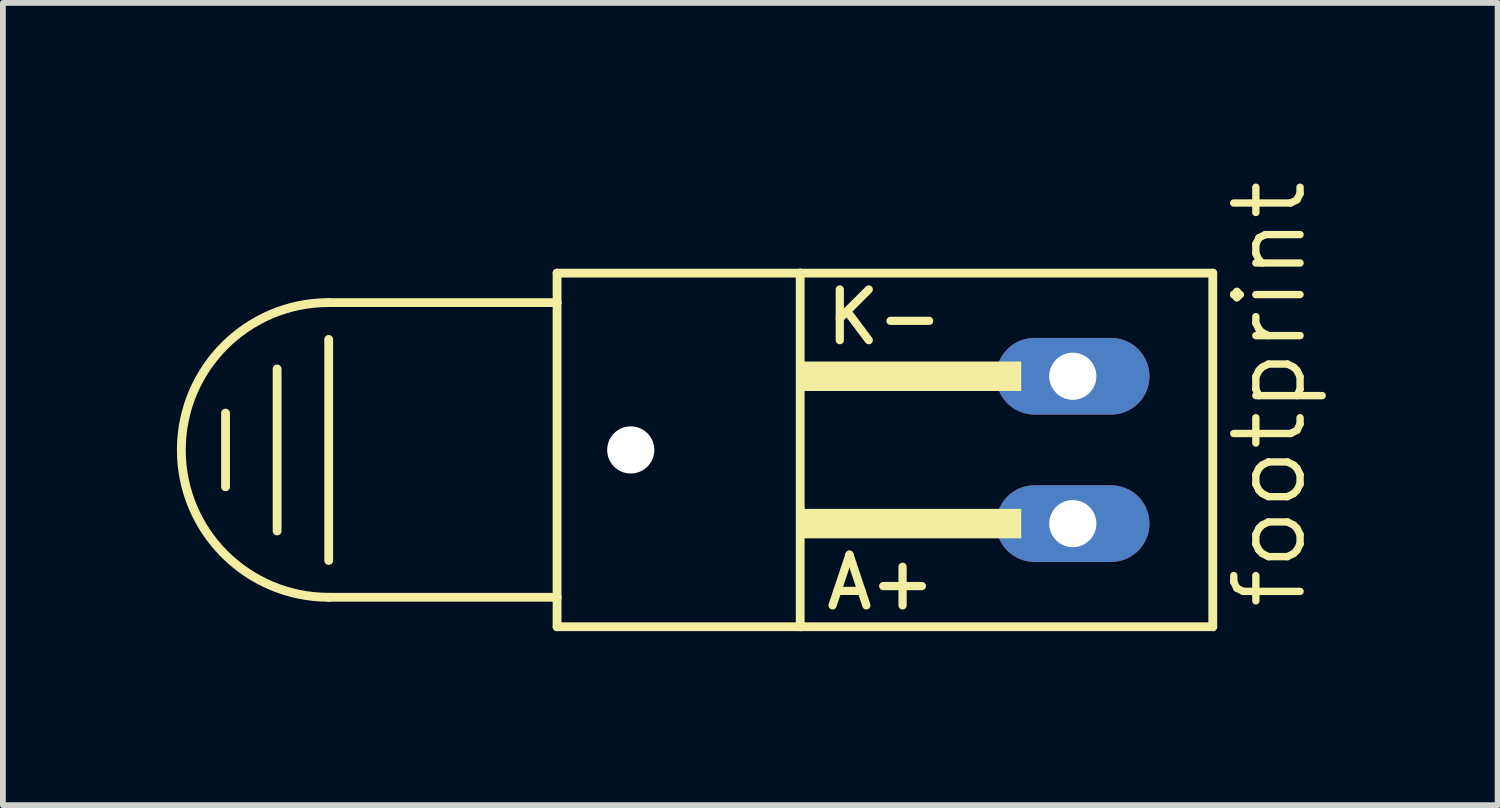
<source format=kicad_pcb>
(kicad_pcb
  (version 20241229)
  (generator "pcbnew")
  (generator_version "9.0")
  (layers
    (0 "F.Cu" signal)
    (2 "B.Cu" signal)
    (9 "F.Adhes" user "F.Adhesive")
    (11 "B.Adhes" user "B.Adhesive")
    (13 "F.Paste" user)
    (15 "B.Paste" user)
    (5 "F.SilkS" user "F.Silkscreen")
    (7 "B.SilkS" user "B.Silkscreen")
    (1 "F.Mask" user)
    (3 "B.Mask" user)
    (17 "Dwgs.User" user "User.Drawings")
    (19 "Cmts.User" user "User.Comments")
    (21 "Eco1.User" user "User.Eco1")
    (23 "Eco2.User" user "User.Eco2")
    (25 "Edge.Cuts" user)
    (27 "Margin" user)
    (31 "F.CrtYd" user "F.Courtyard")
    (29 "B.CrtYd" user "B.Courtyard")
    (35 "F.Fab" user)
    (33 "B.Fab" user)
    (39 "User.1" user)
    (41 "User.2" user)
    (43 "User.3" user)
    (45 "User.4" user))
  (footprint "footprint"
    (layer "F.Cu")
    (at 7.823 4.706)
    (property "Reference" "footprint" (at 11.684 2.794 90) (layer "F.SilkS") (effects (font (size 1.143 1.143) (thickness 0.127)) (justify left bottom)))
    (fp_line (start -6.985 -0.635) (end -6.985 0.635) (stroke (width 0.152) (type solid)) (layer "F.SilkS"))
    (fp_line (start -6.096 -1.397) (end -6.096 1.397) (stroke (width 0.152) (type solid)) (layer "F.SilkS"))
    (fp_line (start -5.207 -1.905) (end -5.207 1.905) (stroke (width 0.152) (type solid)) (layer "F.SilkS"))
    (fp_line (start -5.207 2.54) (end -1.27 2.54) (stroke (width 0.152) (type solid)) (layer "F.SilkS"))
    (fp_line (start -1.27 -2.54) (end -5.207 -2.54) (stroke (width 0.152) (type solid)) (layer "F.SilkS"))
    (fp_line (start -1.27 -2.54) (end -1.27 -3.048) (stroke (width 0.152) (type solid)) (layer "F.SilkS"))
    (fp_line (start -1.27 2.54) (end -1.27 -2.54) (stroke (width 0.152) (type solid)) (layer "F.SilkS"))
    (fp_line (start -1.27 3.048) (end -1.27 2.54) (stroke (width 0.152) (type solid)) (layer "F.SilkS"))
    (fp_line (start -1.27 3.048) (end 2.921 3.048) (stroke (width 0.152) (type solid)) (layer "F.SilkS"))
    (fp_line (start 2.921 -3.048) (end -1.27 -3.048) (stroke (width 0.152) (type solid)) (layer "F.SilkS"))
    (fp_line (start 2.921 3.048) (end 2.921 -3.048) (stroke (width 0.152) (type solid)) (layer "F.SilkS"))
    (fp_line (start 2.921 3.048) (end 10.033 3.048) (stroke (width 0.152) (type solid)) (layer "F.SilkS"))
    (fp_line (start 10.033 -3.048) (end 2.921 -3.048) (stroke (width 0.152) (type solid)) (layer "F.SilkS"))
    (fp_line (start 10.033 -3.048) (end 10.033 3.048) (stroke (width 0.152) (type solid)) (layer "F.SilkS"))
    (fp_arc (start -5.207 2.54) (mid -7.747 0) (end -5.207 -2.54) (stroke (width 0.1524) (type solid)) (layer "F.SilkS"))
    (fp_poly (pts (xy 2.921 -1.016) (xy 6.731 -1.016) (xy 6.731 -1.524) (xy 2.921 -1.524)) (stroke (width 0) (type solid)) (fill yes) (layer "F.SilkS"))
    (fp_poly (pts (xy 2.921 1.524) (xy 6.731 1.524) (xy 6.731 1.016) (xy 2.921 1.016)) (stroke (width 0) (type solid)) (fill yes) (layer "F.SilkS"))
    (fp_text user "A+" (at 3.302 2.794 0) (layer "F.SilkS") (effects (font (size 0.874 0.874) (thickness 0.142)) (justify left bottom)))
    (fp_text user "K-" (at 3.302 -1.778 0) (layer "F.SilkS") (effects (font (size 0.874 0.874) (thickness 0.142)) (justify left bottom)))
    (pad "" np_thru_hole circle (at 0 0) (size 0.813 0.813) (drill 0.813) (layers "*.Cu" "*.Mask"))
    (pad "A" thru_hole oval (at 7.62 1.27) (size 2.642 1.321) (drill 0.813) (layers "*.Cu" "*.Mask"))
    (pad "K" thru_hole oval (at 7.62 -1.27) (size 2.642 1.321) (drill 0.813) (layers "*.Cu" "*.Mask")))
  (gr_rect
    (start -3 -3)
    (end 22.766 10.83)
    (stroke (width 0.1) (type default))
    (fill no)
    (layer "Edge.Cuts")))
</source>
